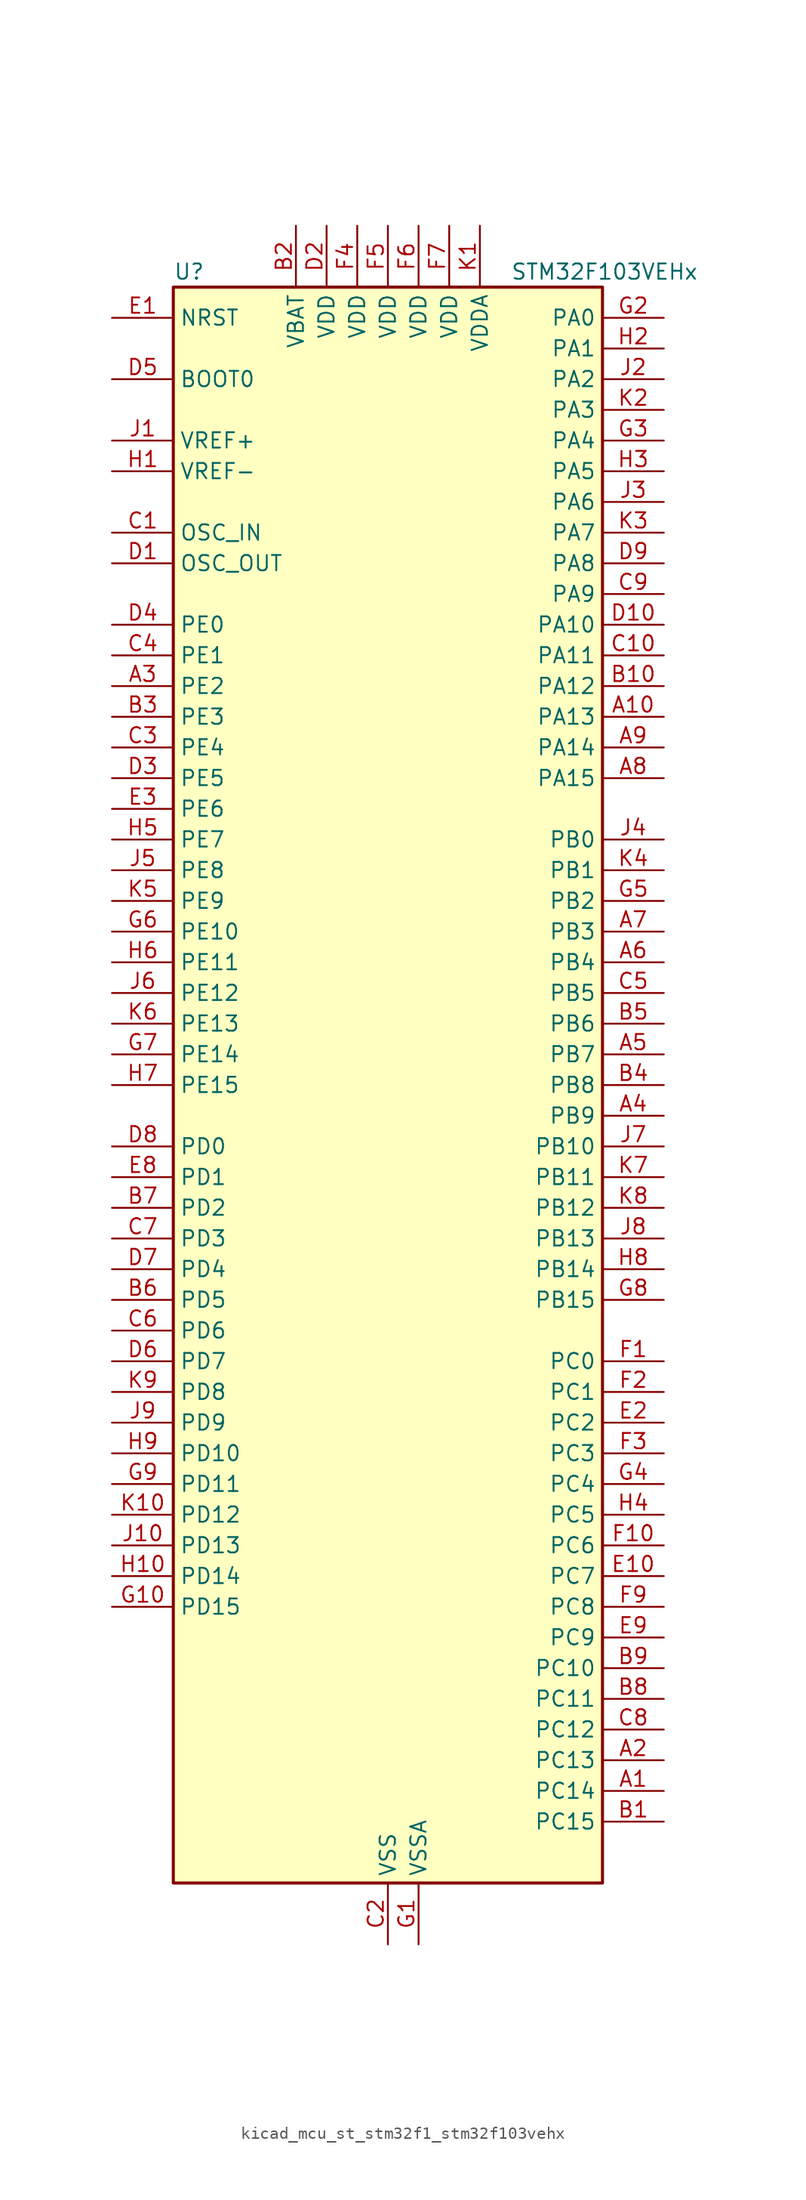
<source format=kicad_sym>
(kicad_symbol_lib
  (version 20220914)
  (generator kicad_symbol_editor)
  (symbol "kicad_mcu_st_stm32f1_stm32f103vehx"
    (property "Reference" "U"
      (at -17.78 67.31 0)
      (effects (font (size 1.27 1.27)) (justify left)))
    (property "Value" "STM32F103VEHx"
      (at 10.16 67.31 0)
      (effects (font (size 1.27 1.27)) (justify left)))
    (property "ki_locked" ""
      (at 0 0 0)
      (effects (font (size 1.27 1.27))))
    (symbol "kicad_mcu_st_stm32f1_stm32f103vehx_0_1"
      (rectangle (start -17.78 -66.04) (end 17.78 66.04) (stroke (width 0.254) (type default)) (fill (type background))))
    (symbol "kicad_mcu_st_stm32f1_stm32f103vehx_1_1"
      (pin bidirectional line (at 22.86 -58.42 180) (length 5.08) (name "PC14" (effects (font (size 1.27 1.27)))) (number "A1" (effects (font (size 1.27 1.27)))) (alternate "RCC_OSC32_IN" bidirectional line))
      (pin bidirectional line (at 22.86 30.48 180) (length 5.08) (name "PA13" (effects (font (size 1.27 1.27)))) (number "A10" (effects (font (size 1.27 1.27)))) (alternate "SYS_JTMS-SWDIO" bidirectional line))
      (pin bidirectional line (at 22.86 -55.88 180) (length 5.08) (name "PC13" (effects (font (size 1.27 1.27)))) (number "A2" (effects (font (size 1.27 1.27)))) (alternate "RTC_OUT" bidirectional line) (alternate "RTC_TAMPER" bidirectional line))
      (pin bidirectional line (at -22.86 33.02 0) (length 5.08) (name "PE2" (effects (font (size 1.27 1.27)))) (number "A3" (effects (font (size 1.27 1.27)))) (alternate "FSMC_A23" bidirectional line) (alternate "SYS_TRACECLK" bidirectional line))
      (pin bidirectional line (at 22.86 -2.54 180) (length 5.08) (name "PB9" (effects (font (size 1.27 1.27)))) (number "A4" (effects (font (size 1.27 1.27)))) (alternate "CAN_TX" bidirectional line) (alternate "DAC_EXTI9" bidirectional line) (alternate "I2C1_SDA" bidirectional line) (alternate "SDIO_D5" bidirectional line) (alternate "TIM4_CH4" bidirectional line))
      (pin bidirectional line (at 22.86 2.54 180) (length 5.08) (name "PB7" (effects (font (size 1.27 1.27)))) (number "A5" (effects (font (size 1.27 1.27)))) (alternate "FSMC_NL" bidirectional line) (alternate "I2C1_SDA" bidirectional line) (alternate "TIM4_CH2" bidirectional line) (alternate "USART1_RX" bidirectional line))
      (pin bidirectional line (at 22.86 10.16 180) (length 5.08) (name "PB4" (effects (font (size 1.27 1.27)))) (number "A6" (effects (font (size 1.27 1.27)))) (alternate "SPI1_MISO" bidirectional line) (alternate "SPI3_MISO" bidirectional line) (alternate "SYS_NJTRST" bidirectional line) (alternate "TIM3_CH1" bidirectional line))
      (pin bidirectional line (at 22.86 12.7 180) (length 5.08) (name "PB3" (effects (font (size 1.27 1.27)))) (number "A7" (effects (font (size 1.27 1.27)))) (alternate "I2S3_CK" bidirectional line) (alternate "SPI1_SCK" bidirectional line) (alternate "SPI3_SCK" bidirectional line) (alternate "SYS_JTDO-TRACESWO" bidirectional line) (alternate "TIM2_CH2" bidirectional line))
      (pin bidirectional line (at 22.86 25.4 180) (length 5.08) (name "PA15" (effects (font (size 1.27 1.27)))) (number "A8" (effects (font (size 1.27 1.27)))) (alternate "ADC1_EXTI15" bidirectional line) (alternate "ADC2_EXTI15" bidirectional line) (alternate "I2S3_WS" bidirectional line) (alternate "SPI1_NSS" bidirectional line) (alternate "SPI3_NSS" bidirectional line) (alternate "SYS_JTDI" bidirectional line) (alternate "TIM2_CH1" bidirectional line) (alternate "TIM2_ETR" bidirectional line))
      (pin bidirectional line (at 22.86 27.94 180) (length 5.08) (name "PA14" (effects (font (size 1.27 1.27)))) (number "A9" (effects (font (size 1.27 1.27)))) (alternate "SYS_JTCK-SWCLK" bidirectional line))
      (pin bidirectional line (at 22.86 -60.96 180) (length 5.08) (name "PC15" (effects (font (size 1.27 1.27)))) (number "B1" (effects (font (size 1.27 1.27)))) (alternate "ADC1_EXTI15" bidirectional line) (alternate "ADC2_EXTI15" bidirectional line) (alternate "RCC_OSC32_OUT" bidirectional line))
      (pin bidirectional line (at 22.86 33.02 180) (length 5.08) (name "PA12" (effects (font (size 1.27 1.27)))) (number "B10" (effects (font (size 1.27 1.27)))) (alternate "CAN_TX" bidirectional line) (alternate "TIM1_ETR" bidirectional line) (alternate "USART1_RTS" bidirectional line) (alternate "USB_DP" bidirectional line))
      (pin power_in line (at -7.62 71.12 270) (length 5.08) (name "VBAT" (effects (font (size 1.27 1.27)))) (number "B2" (effects (font (size 1.27 1.27)))))
      (pin bidirectional line (at -22.86 30.48 0) (length 5.08) (name "PE3" (effects (font (size 1.27 1.27)))) (number "B3" (effects (font (size 1.27 1.27)))) (alternate "FSMC_A19" bidirectional line) (alternate "SYS_TRACED0" bidirectional line))
      (pin bidirectional line (at 22.86 0 180) (length 5.08) (name "PB8" (effects (font (size 1.27 1.27)))) (number "B4" (effects (font (size 1.27 1.27)))) (alternate "CAN_RX" bidirectional line) (alternate "I2C1_SCL" bidirectional line) (alternate "SDIO_D4" bidirectional line) (alternate "TIM4_CH3" bidirectional line))
      (pin bidirectional line (at 22.86 5.08 180) (length 5.08) (name "PB6" (effects (font (size 1.27 1.27)))) (number "B5" (effects (font (size 1.27 1.27)))) (alternate "I2C1_SCL" bidirectional line) (alternate "TIM4_CH1" bidirectional line) (alternate "USART1_TX" bidirectional line))
      (pin bidirectional line (at -22.86 -17.78 0) (length 5.08) (name "PD5" (effects (font (size 1.27 1.27)))) (number "B6" (effects (font (size 1.27 1.27)))) (alternate "FSMC_NWE" bidirectional line) (alternate "USART2_TX" bidirectional line))
      (pin bidirectional line (at -22.86 -10.16 0) (length 5.08) (name "PD2" (effects (font (size 1.27 1.27)))) (number "B7" (effects (font (size 1.27 1.27)))) (alternate "SDIO_CMD" bidirectional line) (alternate "TIM3_ETR" bidirectional line) (alternate "UART5_RX" bidirectional line))
      (pin bidirectional line (at 22.86 -50.8 180) (length 5.08) (name "PC11" (effects (font (size 1.27 1.27)))) (number "B8" (effects (font (size 1.27 1.27)))) (alternate "ADC1_EXTI11" bidirectional line) (alternate "ADC2_EXTI11" bidirectional line) (alternate "SDIO_D3" bidirectional line) (alternate "UART4_RX" bidirectional line) (alternate "USART3_RX" bidirectional line))
      (pin bidirectional line (at 22.86 -48.26 180) (length 5.08) (name "PC10" (effects (font (size 1.27 1.27)))) (number "B9" (effects (font (size 1.27 1.27)))) (alternate "SDIO_D2" bidirectional line) (alternate "UART4_TX" bidirectional line) (alternate "USART3_TX" bidirectional line))
      (pin input line (at -22.86 45.72 0) (length 5.08) (name "OSC_IN" (effects (font (size 1.27 1.27)))) (number "C1" (effects (font (size 1.27 1.27)))) (alternate "RCC_OSC_IN" bidirectional line))
      (pin bidirectional line (at 22.86 35.56 180) (length 5.08) (name "PA11" (effects (font (size 1.27 1.27)))) (number "C10" (effects (font (size 1.27 1.27)))) (alternate "ADC1_EXTI11" bidirectional line) (alternate "ADC2_EXTI11" bidirectional line) (alternate "CAN_RX" bidirectional line) (alternate "TIM1_CH4" bidirectional line) (alternate "USART1_CTS" bidirectional line) (alternate "USB_DM" bidirectional line))
      (pin power_in line (at 0 -71.12 90) (length 5.08) (name "VSS" (effects (font (size 1.27 1.27)))) (number "C2" (effects (font (size 1.27 1.27)))))
      (pin bidirectional line (at -22.86 27.94 0) (length 5.08) (name "PE4" (effects (font (size 1.27 1.27)))) (number "C3" (effects (font (size 1.27 1.27)))) (alternate "FSMC_A20" bidirectional line) (alternate "SYS_TRACED1" bidirectional line))
      (pin bidirectional line (at -22.86 35.56 0) (length 5.08) (name "PE1" (effects (font (size 1.27 1.27)))) (number "C4" (effects (font (size 1.27 1.27)))) (alternate "FSMC_NBL1" bidirectional line))
      (pin bidirectional line (at 22.86 7.62 180) (length 5.08) (name "PB5" (effects (font (size 1.27 1.27)))) (number "C5" (effects (font (size 1.27 1.27)))) (alternate "I2C1_SMBA" bidirectional line) (alternate "I2S3_SD" bidirectional line) (alternate "SPI1_MOSI" bidirectional line) (alternate "SPI3_MOSI" bidirectional line) (alternate "TIM3_CH2" bidirectional line))
      (pin bidirectional line (at -22.86 -20.32 0) (length 5.08) (name "PD6" (effects (font (size 1.27 1.27)))) (number "C6" (effects (font (size 1.27 1.27)))) (alternate "FSMC_NWAIT" bidirectional line) (alternate "USART2_RX" bidirectional line))
      (pin bidirectional line (at -22.86 -12.7 0) (length 5.08) (name "PD3" (effects (font (size 1.27 1.27)))) (number "C7" (effects (font (size 1.27 1.27)))) (alternate "FSMC_CLK" bidirectional line) (alternate "USART2_CTS" bidirectional line))
      (pin bidirectional line (at 22.86 -53.34 180) (length 5.08) (name "PC12" (effects (font (size 1.27 1.27)))) (number "C8" (effects (font (size 1.27 1.27)))) (alternate "SDIO_CK" bidirectional line) (alternate "UART5_TX" bidirectional line) (alternate "USART3_CK" bidirectional line))
      (pin bidirectional line (at 22.86 40.64 180) (length 5.08) (name "PA9" (effects (font (size 1.27 1.27)))) (number "C9" (effects (font (size 1.27 1.27)))) (alternate "DAC_EXTI9" bidirectional line) (alternate "TIM1_CH2" bidirectional line) (alternate "USART1_TX" bidirectional line))
      (pin input line (at -22.86 43.18 0) (length 5.08) (name "OSC_OUT" (effects (font (size 1.27 1.27)))) (number "D1" (effects (font (size 1.27 1.27)))) (alternate "RCC_OSC_OUT" bidirectional line))
      (pin bidirectional line (at 22.86 38.1 180) (length 5.08) (name "PA10" (effects (font (size 1.27 1.27)))) (number "D10" (effects (font (size 1.27 1.27)))) (alternate "TIM1_CH3" bidirectional line) (alternate "USART1_RX" bidirectional line))
      (pin power_in line (at -5.08 71.12 270) (length 5.08) (name "VDD" (effects (font (size 1.27 1.27)))) (number "D2" (effects (font (size 1.27 1.27)))))
      (pin bidirectional line (at -22.86 25.4 0) (length 5.08) (name "PE5" (effects (font (size 1.27 1.27)))) (number "D3" (effects (font (size 1.27 1.27)))) (alternate "FSMC_A21" bidirectional line) (alternate "SYS_TRACED2" bidirectional line))
      (pin bidirectional line (at -22.86 38.1 0) (length 5.08) (name "PE0" (effects (font (size 1.27 1.27)))) (number "D4" (effects (font (size 1.27 1.27)))) (alternate "FSMC_NBL0" bidirectional line) (alternate "TIM4_ETR" bidirectional line))
      (pin input line (at -22.86 58.42 0) (length 5.08) (name "BOOT0" (effects (font (size 1.27 1.27)))) (number "D5" (effects (font (size 1.27 1.27)))))
      (pin bidirectional line (at -22.86 -22.86 0) (length 5.08) (name "PD7" (effects (font (size 1.27 1.27)))) (number "D6" (effects (font (size 1.27 1.27)))) (alternate "FSMC_NCE2" bidirectional line) (alternate "FSMC_NE1" bidirectional line) (alternate "USART2_CK" bidirectional line))
      (pin bidirectional line (at -22.86 -15.24 0) (length 5.08) (name "PD4" (effects (font (size 1.27 1.27)))) (number "D7" (effects (font (size 1.27 1.27)))) (alternate "FSMC_NOE" bidirectional line) (alternate "USART2_RTS" bidirectional line))
      (pin bidirectional line (at -22.86 -5.08 0) (length 5.08) (name "PD0" (effects (font (size 1.27 1.27)))) (number "D8" (effects (font (size 1.27 1.27)))) (alternate "CAN_RX" bidirectional line) (alternate "FSMC_D2" bidirectional line) (alternate "FSMC_DA2" bidirectional line))
      (pin bidirectional line (at 22.86 43.18 180) (length 5.08) (name "PA8" (effects (font (size 1.27 1.27)))) (number "D9" (effects (font (size 1.27 1.27)))) (alternate "RCC_MCO" bidirectional line) (alternate "TIM1_CH1" bidirectional line) (alternate "USART1_CK" bidirectional line))
      (pin input line (at -22.86 63.5 0) (length 5.08) (name "NRST" (effects (font (size 1.27 1.27)))) (number "E1" (effects (font (size 1.27 1.27)))))
      (pin bidirectional line (at 22.86 -40.64 180) (length 5.08) (name "PC7" (effects (font (size 1.27 1.27)))) (number "E10" (effects (font (size 1.27 1.27)))) (alternate "I2S3_MCK" bidirectional line) (alternate "SDIO_D7" bidirectional line) (alternate "TIM3_CH2" bidirectional line) (alternate "TIM8_CH2" bidirectional line))
      (pin bidirectional line (at 22.86 -27.94 180) (length 5.08) (name "PC2" (effects (font (size 1.27 1.27)))) (number "E2" (effects (font (size 1.27 1.27)))) (alternate "ADC1_IN12" bidirectional line) (alternate "ADC2_IN12" bidirectional line) (alternate "ADC3_IN12" bidirectional line))
      (pin bidirectional line (at -22.86 22.86 0) (length 5.08) (name "PE6" (effects (font (size 1.27 1.27)))) (number "E3" (effects (font (size 1.27 1.27)))) (alternate "FSMC_A22" bidirectional line) (alternate "SYS_TRACED3" bidirectional line))
      (pin passive line (at 0 -71.12 90) (length 5.08) hide (name "VSS" (effects (font (size 1.27 1.27)))) (number "E4" (effects (font (size 1.27 1.27)))))
      (pin passive line (at 0 -71.12 90) (length 5.08) hide (name "VSS" (effects (font (size 1.27 1.27)))) (number "E5" (effects (font (size 1.27 1.27)))))
      (pin passive line (at 0 -71.12 90) (length 5.08) hide (name "VSS" (effects (font (size 1.27 1.27)))) (number "E6" (effects (font (size 1.27 1.27)))))
      (pin passive line (at 0 -71.12 90) (length 5.08) hide (name "VSS" (effects (font (size 1.27 1.27)))) (number "E7" (effects (font (size 1.27 1.27)))))
      (pin bidirectional line (at -22.86 -7.62 0) (length 5.08) (name "PD1" (effects (font (size 1.27 1.27)))) (number "E8" (effects (font (size 1.27 1.27)))) (alternate "CAN_TX" bidirectional line) (alternate "FSMC_D3" bidirectional line) (alternate "FSMC_DA3" bidirectional line))
      (pin bidirectional line (at 22.86 -45.72 180) (length 5.08) (name "PC9" (effects (font (size 1.27 1.27)))) (number "E9" (effects (font (size 1.27 1.27)))) (alternate "DAC_EXTI9" bidirectional line) (alternate "SDIO_D1" bidirectional line) (alternate "TIM3_CH4" bidirectional line) (alternate "TIM8_CH4" bidirectional line))
      (pin bidirectional line (at 22.86 -22.86 180) (length 5.08) (name "PC0" (effects (font (size 1.27 1.27)))) (number "F1" (effects (font (size 1.27 1.27)))) (alternate "ADC1_IN10" bidirectional line) (alternate "ADC2_IN10" bidirectional line) (alternate "ADC3_IN10" bidirectional line))
      (pin bidirectional line (at 22.86 -38.1 180) (length 5.08) (name "PC6" (effects (font (size 1.27 1.27)))) (number "F10" (effects (font (size 1.27 1.27)))) (alternate "I2S2_MCK" bidirectional line) (alternate "SDIO_D6" bidirectional line) (alternate "TIM3_CH1" bidirectional line) (alternate "TIM8_CH1" bidirectional line))
      (pin bidirectional line (at 22.86 -25.4 180) (length 5.08) (name "PC1" (effects (font (size 1.27 1.27)))) (number "F2" (effects (font (size 1.27 1.27)))) (alternate "ADC1_IN11" bidirectional line) (alternate "ADC2_IN11" bidirectional line) (alternate "ADC3_IN11" bidirectional line))
      (pin bidirectional line (at 22.86 -30.48 180) (length 5.08) (name "PC3" (effects (font (size 1.27 1.27)))) (number "F3" (effects (font (size 1.27 1.27)))) (alternate "ADC1_IN13" bidirectional line) (alternate "ADC2_IN13" bidirectional line) (alternate "ADC3_IN13" bidirectional line))
      (pin power_in line (at -2.54 71.12 270) (length 5.08) (name "VDD" (effects (font (size 1.27 1.27)))) (number "F4" (effects (font (size 1.27 1.27)))))
      (pin power_in line (at 0 71.12 270) (length 5.08) (name "VDD" (effects (font (size 1.27 1.27)))) (number "F5" (effects (font (size 1.27 1.27)))))
      (pin power_in line (at 2.54 71.12 270) (length 5.08) (name "VDD" (effects (font (size 1.27 1.27)))) (number "F6" (effects (font (size 1.27 1.27)))))
      (pin power_in line (at 5.08 71.12 270) (length 5.08) (name "VDD" (effects (font (size 1.27 1.27)))) (number "F7" (effects (font (size 1.27 1.27)))))
      (pin no_connect line (at -17.78 -66.04 0) (length 5.08) hide (name "NC" (effects (font (size 1.27 1.27)))) (number "F8" (effects (font (size 1.27 1.27)))))
      (pin bidirectional line (at 22.86 -43.18 180) (length 5.08) (name "PC8" (effects (font (size 1.27 1.27)))) (number "F9" (effects (font (size 1.27 1.27)))) (alternate "SDIO_D0" bidirectional line) (alternate "TIM3_CH3" bidirectional line) (alternate "TIM8_CH3" bidirectional line))
      (pin power_in line (at 2.54 -71.12 90) (length 5.08) (name "VSSA" (effects (font (size 1.27 1.27)))) (number "G1" (effects (font (size 1.27 1.27)))))
      (pin bidirectional line (at -22.86 -43.18 0) (length 5.08) (name "PD15" (effects (font (size 1.27 1.27)))) (number "G10" (effects (font (size 1.27 1.27)))) (alternate "ADC1_EXTI15" bidirectional line) (alternate "ADC2_EXTI15" bidirectional line) (alternate "FSMC_D1" bidirectional line) (alternate "FSMC_DA1" bidirectional line) (alternate "TIM4_CH4" bidirectional line))
      (pin bidirectional line (at 22.86 63.5 180) (length 5.08) (name "PA0" (effects (font (size 1.27 1.27)))) (number "G2" (effects (font (size 1.27 1.27)))) (alternate "ADC1_IN0" bidirectional line) (alternate "ADC2_IN0" bidirectional line) (alternate "ADC3_IN0" bidirectional line) (alternate "SYS_WKUP" bidirectional line) (alternate "TIM2_CH1" bidirectional line) (alternate "TIM2_ETR" bidirectional line) (alternate "TIM5_CH1" bidirectional line) (alternate "TIM8_ETR" bidirectional line) (alternate "USART2_CTS" bidirectional line))
      (pin bidirectional line (at 22.86 53.34 180) (length 5.08) (name "PA4" (effects (font (size 1.27 1.27)))) (number "G3" (effects (font (size 1.27 1.27)))) (alternate "ADC1_IN4" bidirectional line) (alternate "ADC2_IN4" bidirectional line) (alternate "DAC_OUT1" bidirectional line) (alternate "SPI1_NSS" bidirectional line) (alternate "USART2_CK" bidirectional line))
      (pin bidirectional line (at 22.86 -33.02 180) (length 5.08) (name "PC4" (effects (font (size 1.27 1.27)))) (number "G4" (effects (font (size 1.27 1.27)))) (alternate "ADC1_IN14" bidirectional line) (alternate "ADC2_IN14" bidirectional line))
      (pin bidirectional line (at 22.86 15.24 180) (length 5.08) (name "PB2" (effects (font (size 1.27 1.27)))) (number "G5" (effects (font (size 1.27 1.27)))))
      (pin bidirectional line (at -22.86 12.7 0) (length 5.08) (name "PE10" (effects (font (size 1.27 1.27)))) (number "G6" (effects (font (size 1.27 1.27)))) (alternate "FSMC_D7" bidirectional line) (alternate "FSMC_DA7" bidirectional line) (alternate "TIM1_CH2N" bidirectional line))
      (pin bidirectional line (at -22.86 2.54 0) (length 5.08) (name "PE14" (effects (font (size 1.27 1.27)))) (number "G7" (effects (font (size 1.27 1.27)))) (alternate "FSMC_D11" bidirectional line) (alternate "FSMC_DA11" bidirectional line) (alternate "TIM1_CH4" bidirectional line))
      (pin bidirectional line (at 22.86 -17.78 180) (length 5.08) (name "PB15" (effects (font (size 1.27 1.27)))) (number "G8" (effects (font (size 1.27 1.27)))) (alternate "ADC1_EXTI15" bidirectional line) (alternate "ADC2_EXTI15" bidirectional line) (alternate "I2S2_SD" bidirectional line) (alternate "SPI2_MOSI" bidirectional line) (alternate "TIM1_CH3N" bidirectional line))
      (pin bidirectional line (at -22.86 -33.02 0) (length 5.08) (name "PD11" (effects (font (size 1.27 1.27)))) (number "G9" (effects (font (size 1.27 1.27)))) (alternate "ADC1_EXTI11" bidirectional line) (alternate "ADC2_EXTI11" bidirectional line) (alternate "FSMC_A16" bidirectional line) (alternate "FSMC_CLE" bidirectional line) (alternate "USART3_CTS" bidirectional line))
      (pin input line (at -22.86 50.8 0) (length 5.08) (name "VREF-" (effects (font (size 1.27 1.27)))) (number "H1" (effects (font (size 1.27 1.27)))))
      (pin bidirectional line (at -22.86 -40.64 0) (length 5.08) (name "PD14" (effects (font (size 1.27 1.27)))) (number "H10" (effects (font (size 1.27 1.27)))) (alternate "FSMC_D0" bidirectional line) (alternate "FSMC_DA0" bidirectional line) (alternate "TIM4_CH3" bidirectional line))
      (pin bidirectional line (at 22.86 60.96 180) (length 5.08) (name "PA1" (effects (font (size 1.27 1.27)))) (number "H2" (effects (font (size 1.27 1.27)))) (alternate "ADC1_IN1" bidirectional line) (alternate "ADC2_IN1" bidirectional line) (alternate "ADC3_IN1" bidirectional line) (alternate "TIM2_CH2" bidirectional line) (alternate "TIM5_CH2" bidirectional line) (alternate "USART2_RTS" bidirectional line))
      (pin bidirectional line (at 22.86 50.8 180) (length 5.08) (name "PA5" (effects (font (size 1.27 1.27)))) (number "H3" (effects (font (size 1.27 1.27)))) (alternate "ADC1_IN5" bidirectional line) (alternate "ADC2_IN5" bidirectional line) (alternate "DAC_OUT2" bidirectional line) (alternate "SPI1_SCK" bidirectional line))
      (pin bidirectional line (at 22.86 -35.56 180) (length 5.08) (name "PC5" (effects (font (size 1.27 1.27)))) (number "H4" (effects (font (size 1.27 1.27)))) (alternate "ADC1_IN15" bidirectional line) (alternate "ADC2_IN15" bidirectional line))
      (pin bidirectional line (at -22.86 20.32 0) (length 5.08) (name "PE7" (effects (font (size 1.27 1.27)))) (number "H5" (effects (font (size 1.27 1.27)))) (alternate "FSMC_D4" bidirectional line) (alternate "FSMC_DA4" bidirectional line) (alternate "TIM1_ETR" bidirectional line))
      (pin bidirectional line (at -22.86 10.16 0) (length 5.08) (name "PE11" (effects (font (size 1.27 1.27)))) (number "H6" (effects (font (size 1.27 1.27)))) (alternate "ADC1_EXTI11" bidirectional line) (alternate "ADC2_EXTI11" bidirectional line) (alternate "FSMC_D8" bidirectional line) (alternate "FSMC_DA8" bidirectional line) (alternate "TIM1_CH2" bidirectional line))
      (pin bidirectional line (at -22.86 0 0) (length 5.08) (name "PE15" (effects (font (size 1.27 1.27)))) (number "H7" (effects (font (size 1.27 1.27)))) (alternate "ADC1_EXTI15" bidirectional line) (alternate "ADC2_EXTI15" bidirectional line) (alternate "FSMC_D12" bidirectional line) (alternate "FSMC_DA12" bidirectional line) (alternate "TIM1_BKIN" bidirectional line))
      (pin bidirectional line (at 22.86 -15.24 180) (length 5.08) (name "PB14" (effects (font (size 1.27 1.27)))) (number "H8" (effects (font (size 1.27 1.27)))) (alternate "SPI2_MISO" bidirectional line) (alternate "TIM1_CH2N" bidirectional line) (alternate "USART3_RTS" bidirectional line))
      (pin bidirectional line (at -22.86 -30.48 0) (length 5.08) (name "PD10" (effects (font (size 1.27 1.27)))) (number "H9" (effects (font (size 1.27 1.27)))) (alternate "FSMC_D15" bidirectional line) (alternate "FSMC_DA15" bidirectional line) (alternate "USART3_CK" bidirectional line))
      (pin input line (at -22.86 53.34 0) (length 5.08) (name "VREF+" (effects (font (size 1.27 1.27)))) (number "J1" (effects (font (size 1.27 1.27)))))
      (pin bidirectional line (at -22.86 -38.1 0) (length 5.08) (name "PD13" (effects (font (size 1.27 1.27)))) (number "J10" (effects (font (size 1.27 1.27)))) (alternate "FSMC_A18" bidirectional line) (alternate "TIM4_CH2" bidirectional line))
      (pin bidirectional line (at 22.86 58.42 180) (length 5.08) (name "PA2" (effects (font (size 1.27 1.27)))) (number "J2" (effects (font (size 1.27 1.27)))) (alternate "ADC1_IN2" bidirectional line) (alternate "ADC2_IN2" bidirectional line) (alternate "ADC3_IN2" bidirectional line) (alternate "TIM2_CH3" bidirectional line) (alternate "TIM5_CH3" bidirectional line) (alternate "USART2_TX" bidirectional line))
      (pin bidirectional line (at 22.86 48.26 180) (length 5.08) (name "PA6" (effects (font (size 1.27 1.27)))) (number "J3" (effects (font (size 1.27 1.27)))) (alternate "ADC1_IN6" bidirectional line) (alternate "ADC2_IN6" bidirectional line) (alternate "SPI1_MISO" bidirectional line) (alternate "TIM1_BKIN" bidirectional line) (alternate "TIM3_CH1" bidirectional line) (alternate "TIM8_BKIN" bidirectional line))
      (pin bidirectional line (at 22.86 20.32 180) (length 5.08) (name "PB0" (effects (font (size 1.27 1.27)))) (number "J4" (effects (font (size 1.27 1.27)))) (alternate "ADC1_IN8" bidirectional line) (alternate "ADC2_IN8" bidirectional line) (alternate "TIM1_CH2N" bidirectional line) (alternate "TIM3_CH3" bidirectional line) (alternate "TIM8_CH2N" bidirectional line))
      (pin bidirectional line (at -22.86 17.78 0) (length 5.08) (name "PE8" (effects (font (size 1.27 1.27)))) (number "J5" (effects (font (size 1.27 1.27)))) (alternate "FSMC_D5" bidirectional line) (alternate "FSMC_DA5" bidirectional line) (alternate "TIM1_CH1N" bidirectional line))
      (pin bidirectional line (at -22.86 7.62 0) (length 5.08) (name "PE12" (effects (font (size 1.27 1.27)))) (number "J6" (effects (font (size 1.27 1.27)))) (alternate "FSMC_D9" bidirectional line) (alternate "FSMC_DA9" bidirectional line) (alternate "TIM1_CH3N" bidirectional line))
      (pin bidirectional line (at 22.86 -5.08 180) (length 5.08) (name "PB10" (effects (font (size 1.27 1.27)))) (number "J7" (effects (font (size 1.27 1.27)))) (alternate "I2C2_SCL" bidirectional line) (alternate "TIM2_CH3" bidirectional line) (alternate "USART3_TX" bidirectional line))
      (pin bidirectional line (at 22.86 -12.7 180) (length 5.08) (name "PB13" (effects (font (size 1.27 1.27)))) (number "J8" (effects (font (size 1.27 1.27)))) (alternate "I2S2_CK" bidirectional line) (alternate "SPI2_SCK" bidirectional line) (alternate "TIM1_CH1N" bidirectional line) (alternate "USART3_CTS" bidirectional line))
      (pin bidirectional line (at -22.86 -27.94 0) (length 5.08) (name "PD9" (effects (font (size 1.27 1.27)))) (number "J9" (effects (font (size 1.27 1.27)))) (alternate "DAC_EXTI9" bidirectional line) (alternate "FSMC_D14" bidirectional line) (alternate "FSMC_DA14" bidirectional line) (alternate "USART3_RX" bidirectional line))
      (pin power_in line (at 7.62 71.12 270) (length 5.08) (name "VDDA" (effects (font (size 1.27 1.27)))) (number "K1" (effects (font (size 1.27 1.27)))))
      (pin bidirectional line (at -22.86 -35.56 0) (length 5.08) (name "PD12" (effects (font (size 1.27 1.27)))) (number "K10" (effects (font (size 1.27 1.27)))) (alternate "FSMC_A17" bidirectional line) (alternate "FSMC_ALE" bidirectional line) (alternate "TIM4_CH1" bidirectional line) (alternate "USART3_RTS" bidirectional line))
      (pin bidirectional line (at 22.86 55.88 180) (length 5.08) (name "PA3" (effects (font (size 1.27 1.27)))) (number "K2" (effects (font (size 1.27 1.27)))) (alternate "ADC1_IN3" bidirectional line) (alternate "ADC2_IN3" bidirectional line) (alternate "ADC3_IN3" bidirectional line) (alternate "TIM2_CH4" bidirectional line) (alternate "TIM5_CH4" bidirectional line) (alternate "USART2_RX" bidirectional line))
      (pin bidirectional line (at 22.86 45.72 180) (length 5.08) (name "PA7" (effects (font (size 1.27 1.27)))) (number "K3" (effects (font (size 1.27 1.27)))) (alternate "ADC1_IN7" bidirectional line) (alternate "ADC2_IN7" bidirectional line) (alternate "SPI1_MOSI" bidirectional line) (alternate "TIM1_CH1N" bidirectional line) (alternate "TIM3_CH2" bidirectional line) (alternate "TIM8_CH1N" bidirectional line))
      (pin bidirectional line (at 22.86 17.78 180) (length 5.08) (name "PB1" (effects (font (size 1.27 1.27)))) (number "K4" (effects (font (size 1.27 1.27)))) (alternate "ADC1_IN9" bidirectional line) (alternate "ADC2_IN9" bidirectional line) (alternate "TIM1_CH3N" bidirectional line) (alternate "TIM3_CH4" bidirectional line) (alternate "TIM8_CH3N" bidirectional line))
      (pin bidirectional line (at -22.86 15.24 0) (length 5.08) (name "PE9" (effects (font (size 1.27 1.27)))) (number "K5" (effects (font (size 1.27 1.27)))) (alternate "DAC_EXTI9" bidirectional line) (alternate "FSMC_D6" bidirectional line) (alternate "FSMC_DA6" bidirectional line) (alternate "TIM1_CH1" bidirectional line))
      (pin bidirectional line (at -22.86 5.08 0) (length 5.08) (name "PE13" (effects (font (size 1.27 1.27)))) (number "K6" (effects (font (size 1.27 1.27)))) (alternate "FSMC_D10" bidirectional line) (alternate "FSMC_DA10" bidirectional line) (alternate "TIM1_CH3" bidirectional line))
      (pin bidirectional line (at 22.86 -7.62 180) (length 5.08) (name "PB11" (effects (font (size 1.27 1.27)))) (number "K7" (effects (font (size 1.27 1.27)))) (alternate "ADC1_EXTI11" bidirectional line) (alternate "ADC2_EXTI11" bidirectional line) (alternate "I2C2_SDA" bidirectional line) (alternate "TIM2_CH4" bidirectional line) (alternate "USART3_RX" bidirectional line))
      (pin bidirectional line (at 22.86 -10.16 180) (length 5.08) (name "PB12" (effects (font (size 1.27 1.27)))) (number "K8" (effects (font (size 1.27 1.27)))) (alternate "I2C2_SMBA" bidirectional line) (alternate "I2S2_WS" bidirectional line) (alternate "SPI2_NSS" bidirectional line) (alternate "TIM1_BKIN" bidirectional line) (alternate "USART3_CK" bidirectional line))
      (pin bidirectional line (at -22.86 -25.4 0) (length 5.08) (name "PD8" (effects (font (size 1.27 1.27)))) (number "K9" (effects (font (size 1.27 1.27)))) (alternate "FSMC_D13" bidirectional line) (alternate "FSMC_DA13" bidirectional line) (alternate "USART3_TX" bidirectional line)))))
</source>
